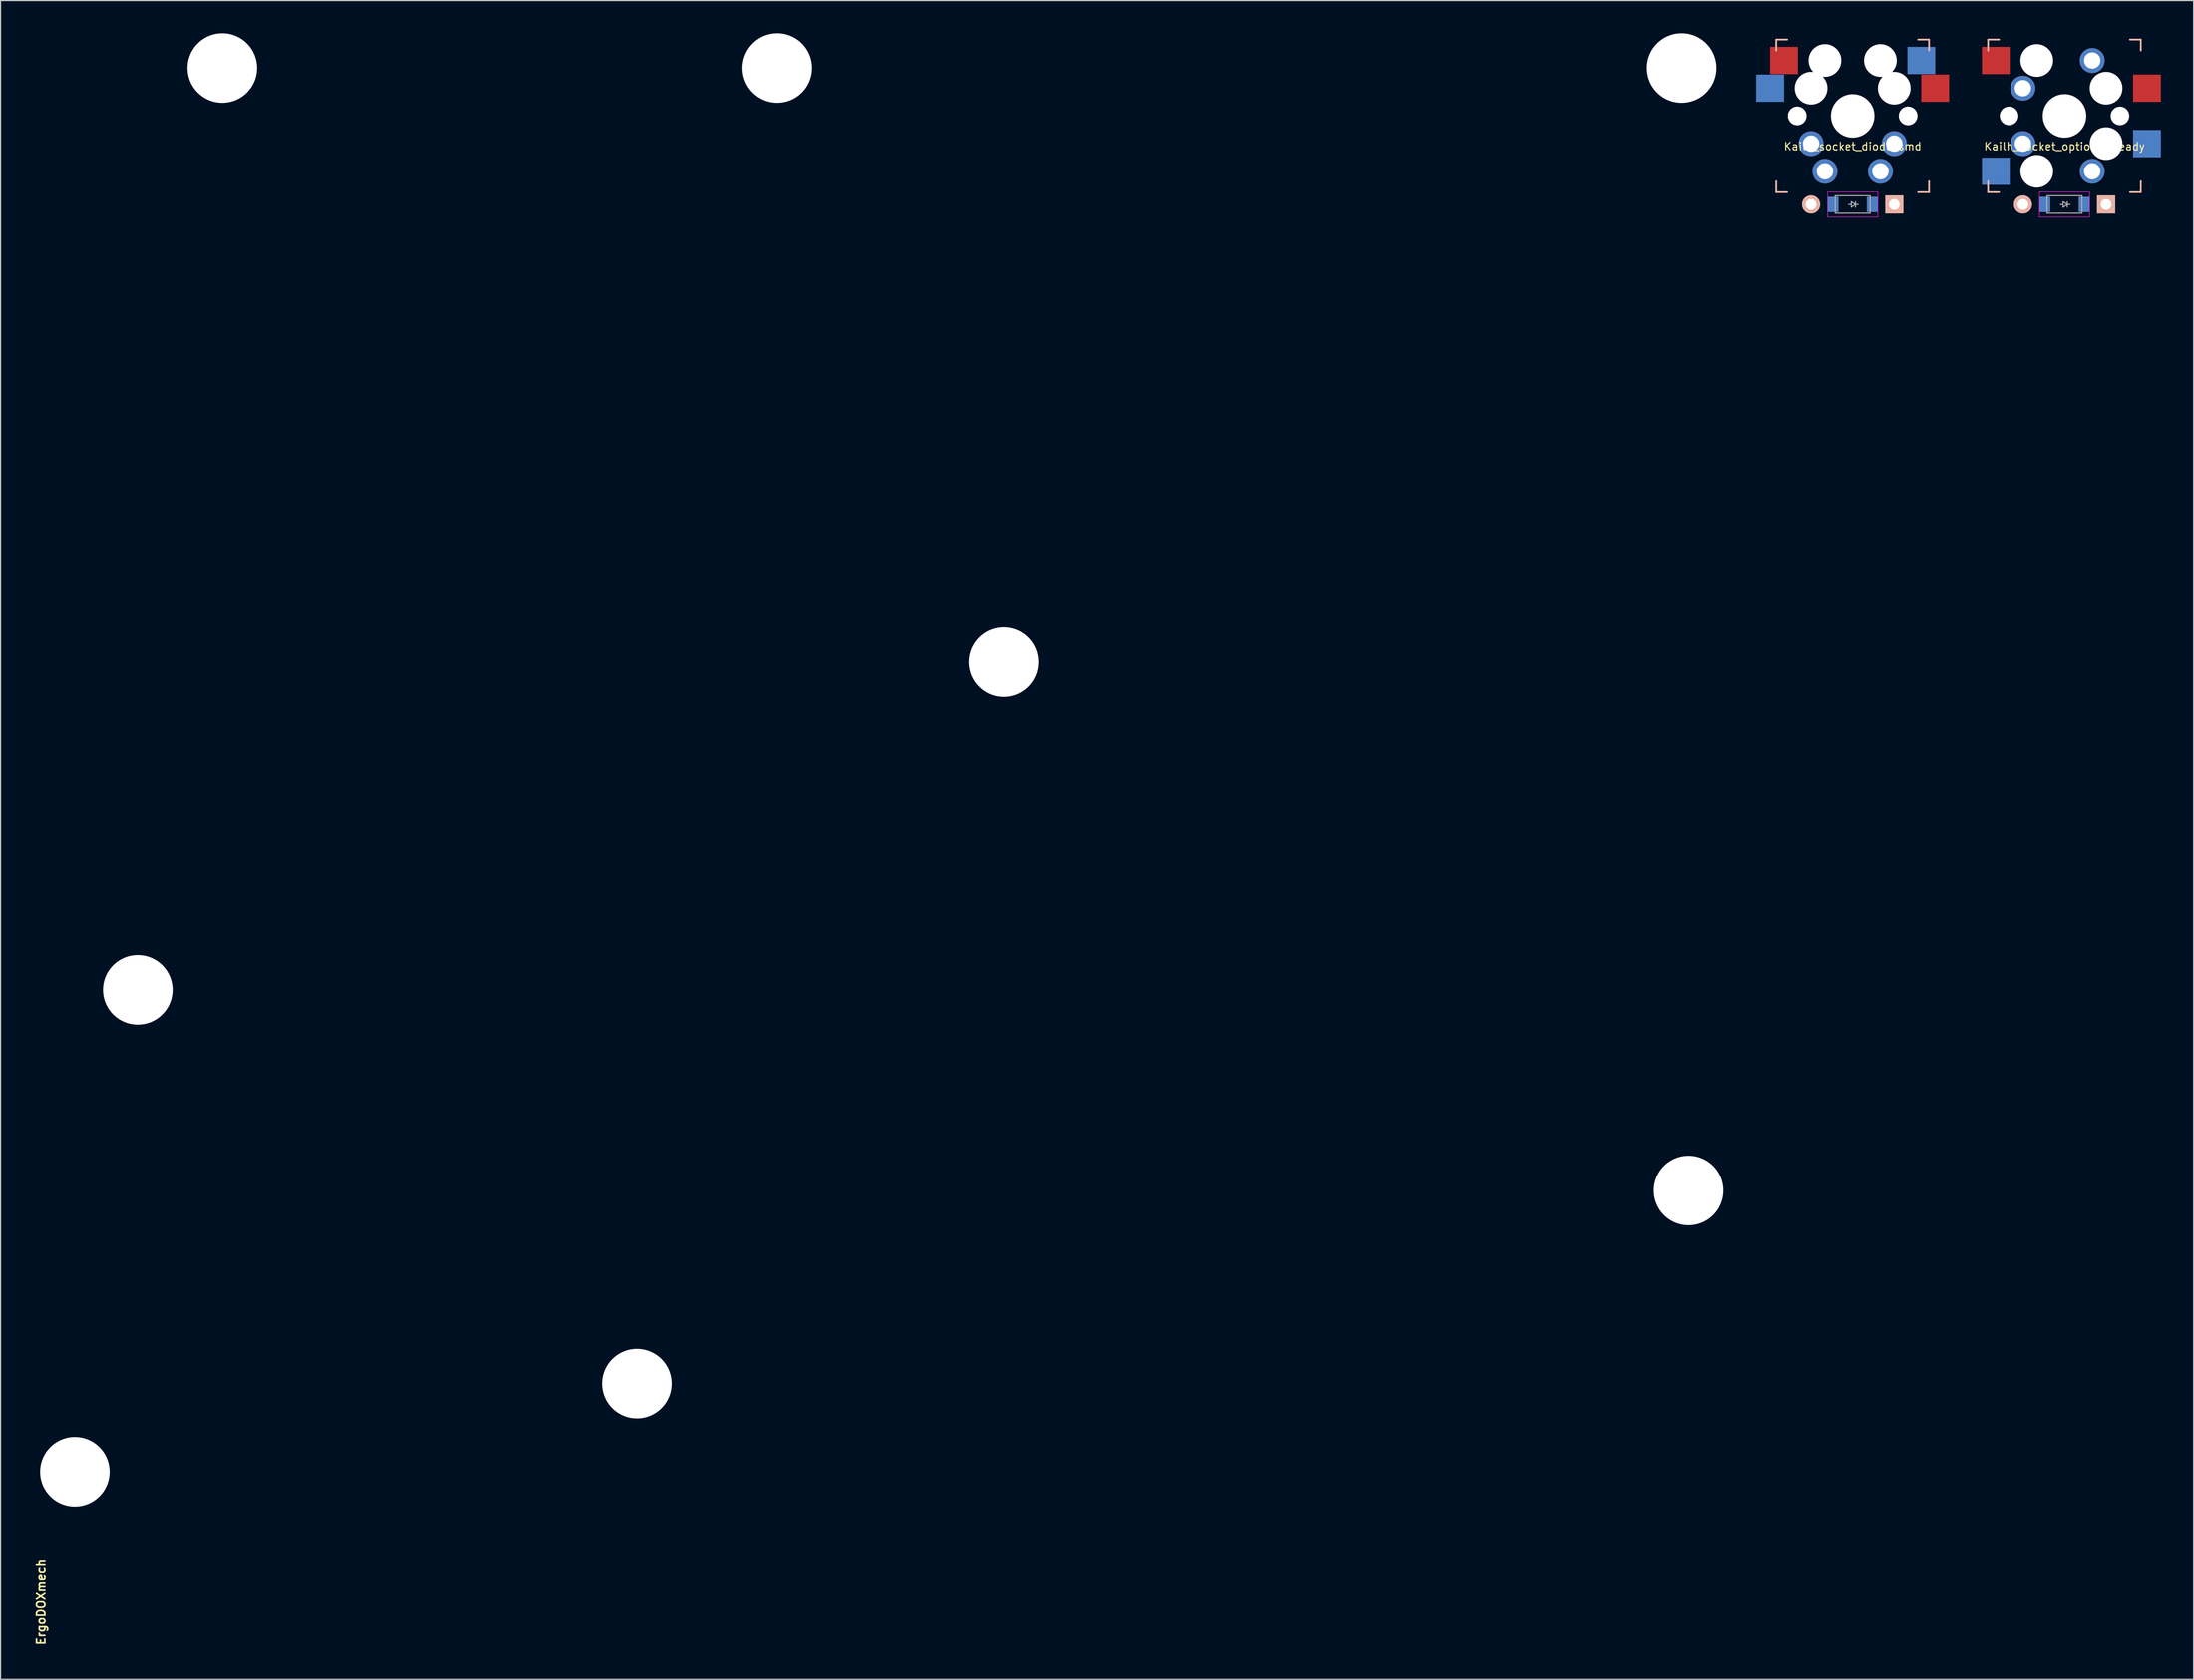
<source format=kicad_pcb>
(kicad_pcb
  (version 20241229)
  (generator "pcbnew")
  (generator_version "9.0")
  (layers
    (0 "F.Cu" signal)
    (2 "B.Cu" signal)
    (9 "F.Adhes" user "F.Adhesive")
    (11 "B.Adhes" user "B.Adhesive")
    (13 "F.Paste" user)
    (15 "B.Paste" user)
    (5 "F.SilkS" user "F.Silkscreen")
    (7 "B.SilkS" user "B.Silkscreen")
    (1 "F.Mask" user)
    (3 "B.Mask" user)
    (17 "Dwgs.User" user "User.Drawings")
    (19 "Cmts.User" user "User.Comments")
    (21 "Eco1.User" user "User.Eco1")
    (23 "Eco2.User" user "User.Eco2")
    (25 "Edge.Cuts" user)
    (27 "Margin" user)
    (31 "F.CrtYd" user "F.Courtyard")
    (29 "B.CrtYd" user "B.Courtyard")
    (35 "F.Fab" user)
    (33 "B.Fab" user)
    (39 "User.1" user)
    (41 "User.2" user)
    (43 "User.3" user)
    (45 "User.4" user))
  (footprint "Kailh_socket_diode_smd"
    (layer "F.Cu")
    (at 166.714 7.575)
    (property "Reference" "Kailh_socket_diode_smd" (at 0 2.794 0) (layer "F.SilkS") (effects (font (size 0.7 0.7) (thickness 0.1))))
    (attr through_hole)
    (fp_line (start -7 -7) (end -6 -7) (stroke (width 0.15) (type solid)) (layer "F.SilkS"))
    (fp_line (start -7 -6) (end -7 -7) (stroke (width 0.15) (type solid)) (layer "F.SilkS"))
    (fp_line (start -7 7) (end -7 6) (stroke (width 0.15) (type solid)) (layer "F.SilkS"))
    (fp_line (start -6 7) (end -7 7) (stroke (width 0.15) (type solid)) (layer "F.SilkS"))
    (fp_line (start 6 -7) (end 7 -7) (stroke (width 0.15) (type solid)) (layer "F.SilkS"))
    (fp_line (start 7 -7) (end 7 -6) (stroke (width 0.15) (type solid)) (layer "F.SilkS"))
    (fp_line (start 7 6) (end 7 7) (stroke (width 0.15) (type solid)) (layer "F.SilkS"))
    (fp_line (start 7 7) (end 6 7) (stroke (width 0.15) (type solid)) (layer "F.SilkS"))
    (fp_line (start -7 -7) (end -6 -7) (stroke (width 0.15) (type solid)) (layer "B.SilkS"))
    (fp_line (start -7 -6) (end -7 -7) (stroke (width 0.15) (type solid)) (layer "B.SilkS"))
    (fp_line (start -7 7) (end -7 6) (stroke (width 0.15) (type solid)) (layer "B.SilkS"))
    (fp_line (start -6 7) (end -7 7) (stroke (width 0.15) (type solid)) (layer "B.SilkS"))
    (fp_line (start 6 -7) (end 7 -7) (stroke (width 0.15) (type solid)) (layer "B.SilkS"))
    (fp_line (start 7 -7) (end 7 -6) (stroke (width 0.15) (type solid)) (layer "B.SilkS"))
    (fp_line (start 7 6) (end 7 7) (stroke (width 0.15) (type solid)) (layer "B.SilkS"))
    (fp_line (start 7 7) (end 6 7) (stroke (width 0.15) (type solid)) (layer "B.SilkS"))
    (fp_line (start -7.5 -7.5) (end 7.5 -7.5) (stroke (width 0.15) (type solid)) (layer "Eco2.User"))
    (fp_line (start -7.5 7.5) (end -7.5 -7.5) (stroke (width 0.15) (type solid)) (layer "Eco2.User"))
    (fp_line (start -6.9 6.9) (end -6.9 -6.9) (stroke (width 0.15) (type solid)) (layer "Eco2.User"))
    (fp_line (start -6.9 6.9) (end 6.9 6.9) (stroke (width 0.15) (type solid)) (layer "Eco2.User"))
    (fp_line (start 6.9 -6.9) (end -6.9 -6.9) (stroke (width 0.15) (type solid)) (layer "Eco2.User"))
    (fp_line (start 6.9 -6.9) (end 6.9 6.9) (stroke (width 0.15) (type solid)) (layer "Eco2.User"))
    (fp_line (start 7.5 -7.5) (end -7.5 -7.5) (stroke (width 0.15) (type solid)) (layer "Eco2.User"))
    (fp_line (start 7.5 -7.5) (end 7.5 7.5) (stroke (width 0.15) (type solid)) (layer "Eco2.User"))
    (fp_line (start 7.5 7.5) (end -7.5 7.5) (stroke (width 0.15) (type solid)) (layer "Eco2.User"))
    (fp_line (start -2.3 6.978) (end -2.3 9.278) (stroke (width 0.05) (type solid)) (layer "F.CrtYd"))
    (fp_line (start -2.3 6.978) (end 2.3 6.978) (stroke (width 0.05) (type solid)) (layer "F.CrtYd"))
    (fp_line (start -2.3 9.278) (end 2.3 9.278) (stroke (width 0.05) (type solid)) (layer "F.CrtYd"))
    (fp_line (start 2.3 6.978) (end 2.3 9.278) (stroke (width 0.05) (type solid)) (layer "F.CrtYd"))
    (fp_line (start -1.6 7.328) (end 1.6 7.328) (stroke (width 0.1) (type solid)) (layer "F.Fab"))
    (fp_line (start -1.6 8.928) (end -1.6 7.328) (stroke (width 0.1) (type solid)) (layer "F.Fab"))
    (fp_line (start -0.127 7.874) (end 0.254 8.128) (stroke (width 0.1) (type solid)) (layer "F.Fab"))
    (fp_line (start -0.127 8.128) (end -0.381 8.128) (stroke (width 0.1) (type solid)) (layer "F.Fab"))
    (fp_line (start -0.127 8.382) (end -0.127 7.874) (stroke (width 0.1) (type solid)) (layer "F.Fab"))
    (fp_line (start 0.254 8.128) (end -0.127 8.382) (stroke (width 0.1) (type solid)) (layer "F.Fab"))
    (fp_line (start 0.254 8.128) (end 0.508 8.128) (stroke (width 0.1) (type solid)) (layer "F.Fab"))
    (fp_line (start 0.254 8.382) (end 0.254 7.874) (stroke (width 0.1) (type solid)) (layer "F.Fab"))
    (fp_line (start 1.6 7.328) (end 1.6 8.928) (stroke (width 0.1) (type solid)) (layer "F.Fab"))
    (fp_line (start 1.6 8.928) (end -1.6 8.928) (stroke (width 0.1) (type solid)) (layer "F.Fab"))
    (pad "" np_thru_hole circle (at -5.08 0) (size 1.702 1.702) (drill 1.702) (layers "*.Cu" "*.Mask"))
    (pad "" np_thru_hole circle (at -5.08 0) (size 1.702 1.702) (drill 1.702) (layers "*.Cu" "*.Mask"))
    (pad "" np_thru_hole circle (at -3.81 -2.54) (size 3 3) (drill 3) (layers "*.Cu" "*.Mask"))
    (pad "" np_thru_hole circle (at -2.54 -5.08 90) (size 3 3) (drill 3) (layers "*.Cu" "*.Mask"))
    (pad "" np_thru_hole circle (at 0 0) (size 3.988 3.988) (drill 3.988) (layers "*.Cu" "*.Mask"))
    (pad "" np_thru_hole circle (at 2.54 -5.08) (size 3 3) (drill 3) (layers "*.Cu" "*.Mask"))
    (pad "" np_thru_hole circle (at 3.81 -2.54) (size 3 3) (drill 3) (layers "*.Cu" "*.Mask"))
    (pad "" np_thru_hole circle (at 5.08 0) (size 1.702 1.702) (drill 1.702) (layers "*.Cu" "*.Mask"))
    (pad "" np_thru_hole circle (at 5.08 0) (size 1.702 1.702) (drill 1.702) (layers "*.Cu" "*.Mask"))
    (pad "1" thru_hole circle (at 2.54 5.08) (size 2.286 2.286) (drill 1.499) (layers "*.Cu" "*.Mask"))
    (pad "1" thru_hole circle (at 3.81 2.54) (size 2.286 2.286) (drill 1.499) (layers "*.Cu" "*.Mask"))
    (pad "1" smd rect (at 6.29 -5.08) (size 2.55 2.5) (layers "B.Cu" "B.Mask" "B.Paste"))
    (pad "1" smd rect (at 7.56 -2.54) (size 2.55 2.5) (layers "F.Cu" "F.Mask" "F.Paste"))
    (pad "2" smd rect (at -7.56 -2.54) (size 2.55 2.5) (layers "B.Cu" "B.Mask" "B.Paste"))
    (pad "2" smd rect (at -6.29 -5.08) (size 2.55 2.5) (layers "F.Cu" "F.Mask" "F.Paste"))
    (pad "2" thru_hole circle (at -3.81 2.54) (size 2.286 2.286) (drill 1.499) (layers "*.Cu" "*.Mask"))
    (pad "2" thru_hole circle (at -2.54 5.08) (size 2.286 2.286) (drill 1.499) (layers "*.Cu" "*.Mask"))
    (pad "3" thru_hole circle (at -3.81 8.128) (size 1.651 1.651) (drill 0.991) (layers "*.Cu" "*.SilkS" "*.Mask"))
    (pad "3" smd rect (at -1.8 8.128) (size 1 1.4) (layers "F.Cu" "F.Mask" "F.Paste"))
    (pad "3" smd rect (at -1.8 8.128) (size 1 1.4) (layers "B.Cu" "B.Mask" "B.Paste"))
    (pad "4" smd rect (at 1.8 8.128) (size 1 1.4) (layers "F.Cu" "F.Mask" "F.Paste"))
    (pad "4" smd rect (at 1.8 8.128) (size 1 1.4) (layers "B.Cu" "B.Mask" "B.Paste"))
    (pad "4" thru_hole rect (at 3.81 8.128) (size 1.651 1.651) (drill 0.991) (layers "*.Cu" "*.SilkS" "*.Mask")))
  (footprint "Kailh_socket_optional_ready"
    (layer "F.Cu")
    (at 186.124 7.575)
    (property "Reference" "Kailh_socket_optional_ready" (at 0 2.794 0) (layer "F.SilkS") (effects (font (size 0.7 0.7) (thickness 0.1))))
    (attr through_hole)
    (fp_line (start -7 -7) (end -6 -7) (stroke (width 0.15) (type solid)) (layer "F.SilkS"))
    (fp_line (start -7 -6) (end -7 -7) (stroke (width 0.15) (type solid)) (layer "F.SilkS"))
    (fp_line (start -7 7) (end -7 6) (stroke (width 0.15) (type solid)) (layer "F.SilkS"))
    (fp_line (start -6 7) (end -7 7) (stroke (width 0.15) (type solid)) (layer "F.SilkS"))
    (fp_line (start 6 -7) (end 7 -7) (stroke (width 0.15) (type solid)) (layer "F.SilkS"))
    (fp_line (start 7 -7) (end 7 -6) (stroke (width 0.15) (type solid)) (layer "F.SilkS"))
    (fp_line (start 7 6) (end 7 7) (stroke (width 0.15) (type solid)) (layer "F.SilkS"))
    (fp_line (start 7 7) (end 6 7) (stroke (width 0.15) (type solid)) (layer "F.SilkS"))
    (fp_line (start -7 -7) (end -6 -7) (stroke (width 0.15) (type solid)) (layer "B.SilkS"))
    (fp_line (start -7 -6) (end -7 -7) (stroke (width 0.15) (type solid)) (layer "B.SilkS"))
    (fp_line (start -7 7) (end -7 6) (stroke (width 0.15) (type solid)) (layer "B.SilkS"))
    (fp_line (start -6 7) (end -7 7) (stroke (width 0.15) (type solid)) (layer "B.SilkS"))
    (fp_line (start 6 -7) (end 7 -7) (stroke (width 0.15) (type solid)) (layer "B.SilkS"))
    (fp_line (start 7 -7) (end 7 -6) (stroke (width 0.15) (type solid)) (layer "B.SilkS"))
    (fp_line (start 7 6) (end 7 7) (stroke (width 0.15) (type solid)) (layer "B.SilkS"))
    (fp_line (start 7 7) (end 6 7) (stroke (width 0.15) (type solid)) (layer "B.SilkS"))
    (fp_line (start -7.5 -7.5) (end 7.5 -7.5) (stroke (width 0.15) (type solid)) (layer "Eco2.User"))
    (fp_line (start -7.5 7.5) (end -7.5 -7.5) (stroke (width 0.15) (type solid)) (layer "Eco2.User"))
    (fp_line (start -6.9 6.9) (end -6.9 -6.9) (stroke (width 0.15) (type solid)) (layer "Eco2.User"))
    (fp_line (start -6.9 6.9) (end 6.9 6.9) (stroke (width 0.15) (type solid)) (layer "Eco2.User"))
    (fp_line (start 6.9 -6.9) (end -6.9 -6.9) (stroke (width 0.15) (type solid)) (layer "Eco2.User"))
    (fp_line (start 6.9 -6.9) (end 6.9 6.9) (stroke (width 0.15) (type solid)) (layer "Eco2.User"))
    (fp_line (start 7.5 -7.5) (end 7.5 7.5) (stroke (width 0.15) (type solid)) (layer "Eco2.User"))
    (fp_line (start 7.5 7.5) (end -7.5 7.5) (stroke (width 0.15) (type solid)) (layer "Eco2.User"))
    (fp_line (start -2.3 6.978) (end -2.3 9.278) (stroke (width 0.05) (type solid)) (layer "F.CrtYd"))
    (fp_line (start -2.3 6.978) (end 2.3 6.978) (stroke (width 0.05) (type solid)) (layer "F.CrtYd"))
    (fp_line (start -2.3 9.278) (end 2.3 9.278) (stroke (width 0.05) (type solid)) (layer "F.CrtYd"))
    (fp_line (start 2.3 6.978) (end 2.3 9.278) (stroke (width 0.05) (type solid)) (layer "F.CrtYd"))
    (fp_line (start -1.6 7.328) (end 1.6 7.328) (stroke (width 0.1) (type solid)) (layer "F.Fab"))
    (fp_line (start -1.6 8.928) (end -1.6 7.328) (stroke (width 0.1) (type solid)) (layer "F.Fab"))
    (fp_line (start -0.127 7.874) (end 0.254 8.128) (stroke (width 0.1) (type solid)) (layer "F.Fab"))
    (fp_line (start -0.127 8.128) (end -0.381 8.128) (stroke (width 0.1) (type solid)) (layer "F.Fab"))
    (fp_line (start -0.127 8.382) (end -0.127 7.874) (stroke (width 0.1) (type solid)) (layer "F.Fab"))
    (fp_line (start 0.254 8.128) (end -0.127 8.382) (stroke (width 0.1) (type solid)) (layer "F.Fab"))
    (fp_line (start 0.254 8.128) (end 0.508 8.128) (stroke (width 0.1) (type solid)) (layer "F.Fab"))
    (fp_line (start 0.254 8.382) (end 0.254 7.874) (stroke (width 0.1) (type solid)) (layer "F.Fab"))
    (fp_line (start 1.6 7.328) (end 1.6 8.928) (stroke (width 0.1) (type solid)) (layer "F.Fab"))
    (fp_line (start 1.6 8.928) (end -1.6 8.928) (stroke (width 0.1) (type solid)) (layer "F.Fab"))
    (pad "" np_thru_hole circle (at -5.08 0) (size 1.702 1.702) (drill 1.702) (layers "*.Cu" "*.Mask"))
    (pad "" np_thru_hole circle (at -2.54 -5.08) (size 3 3) (drill 3) (layers "*.Cu" "*.Mask"))
    (pad "" np_thru_hole circle (at -2.54 5.08) (size 3 3) (drill 3) (layers "*.Cu" "*.Mask"))
    (pad "" np_thru_hole circle (at 0 0) (size 3.988 3.988) (drill 3.988) (layers "*.Cu" "*.Mask"))
    (pad "" np_thru_hole circle (at 3.81 -2.54) (size 3 3) (drill 3) (layers "*.Cu" "*.Mask"))
    (pad "" np_thru_hole circle (at 3.81 2.54) (size 3 3) (drill 3) (layers "*.Cu" "*.Mask"))
    (pad "" np_thru_hole circle (at 5.08 0) (size 1.702 1.702) (drill 1.702) (layers "*.Cu" "*.Mask"))
    (pad "1" thru_hole circle (at 2.54 -5.08) (size 2.286 2.286) (drill 1.499) (layers "*.Cu" "*.Mask"))
    (pad "1" thru_hole circle (at 2.54 5.08) (size 2.286 2.286) (drill 1.499) (layers "*.Cu" "*.Mask"))
    (pad "1" smd rect (at 7.56 -2.54) (size 2.55 2.5) (layers "F.Cu" "F.Mask" "F.Paste"))
    (pad "1" smd rect (at 7.56 2.54) (size 2.55 2.5) (layers "B.Cu" "B.Mask" "B.Paste"))
    (pad "2" smd rect (at -6.29 -5.08) (size 2.55 2.5) (layers "F.Cu" "F.Mask" "F.Paste"))
    (pad "2" smd rect (at -6.29 5.08) (size 2.55 2.5) (layers "B.Cu" "B.Mask" "B.Paste"))
    (pad "2" thru_hole circle (at -3.81 -2.54) (size 2.286 2.286) (drill 1.499) (layers "*.Cu" "*.Mask"))
    (pad "2" thru_hole circle (at -3.81 2.54) (size 2.286 2.286) (drill 1.499) (layers "*.Cu" "*.Mask"))
    (pad "3" thru_hole circle (at -3.81 8.128) (size 1.651 1.651) (drill 0.991) (layers "*.Cu" "*.SilkS" "*.Mask"))
    (pad "3" smd rect (at -1.8 8.128) (size 1 1.4) (layers "F.Cu" "F.Mask" "F.Paste"))
    (pad "3" smd rect (at -1.8 8.128) (size 1 1.4) (layers "B.Cu" "B.Mask" "B.Paste"))
    (pad "4" smd rect (at 1.8 8.128) (size 1 1.4) (layers "F.Cu" "F.Mask" "F.Paste"))
    (pad "4" smd rect (at 1.8 8.128) (size 1 1.4) (layers "B.Cu" "B.Mask" "B.Paste"))
    (pad "4" thru_hole rect (at 3.81 8.128) (size 1.651 1.651) (drill 0.991) (layers "*.Cu" "*.SilkS" "*.Mask")))
  (footprint "ErgoDOXmech"
    (layer "F.Cu")
    (at 0.713 143.853)
    (property "Reference" "ErgoDOXmech" (at 0 0 90) (layer "F.SilkS") (effects (font (size 0.762 0.762) (thickness 0.152))))
    (attr through_hole)
    (pad "" np_thru_hole circle (at 3.099 -11.963) (size 6.375 6.375) (drill 6.375) (layers "*.Cu" "*.Mask"))
    (pad "" np_thru_hole circle (at 8.865 -56.134) (size 6.375 6.375) (drill 6.375) (layers "*.Cu" "*.Mask"))
    (pad "" np_thru_hole circle (at 16.612 -140.665) (size 6.375 6.375) (drill 6.375) (layers "*.Cu" "*.Mask"))
    (pad "" np_thru_hole circle (at 54.635 -20.041) (size 6.375 6.375) (drill 6.375) (layers "*.Cu" "*.Mask"))
    (pad "" np_thru_hole circle (at 67.412 -140.665) (size 6.375 6.375) (drill 6.375) (layers "*.Cu" "*.Mask"))
    (pad "" np_thru_hole circle (at 88.24 -86.208) (size 6.375 6.375) (drill 6.375) (layers "*.Cu" "*.Mask"))
    (pad "" np_thru_hole circle (at 150.343 -140.665) (size 6.375 6.375) (drill 6.375) (layers "*.Cu" "*.Mask"))
    (pad "" np_thru_hole circle (at 150.978 -37.744) (size 6.375 6.375) (drill 6.375) (layers "*.Cu" "*.Mask")))
  (gr_rect
    (start -3 -3)
    (end 197.959 150.924)
    (stroke (width 0.1) (type default))
    (fill no)
    (layer "Edge.Cuts")))
</source>
